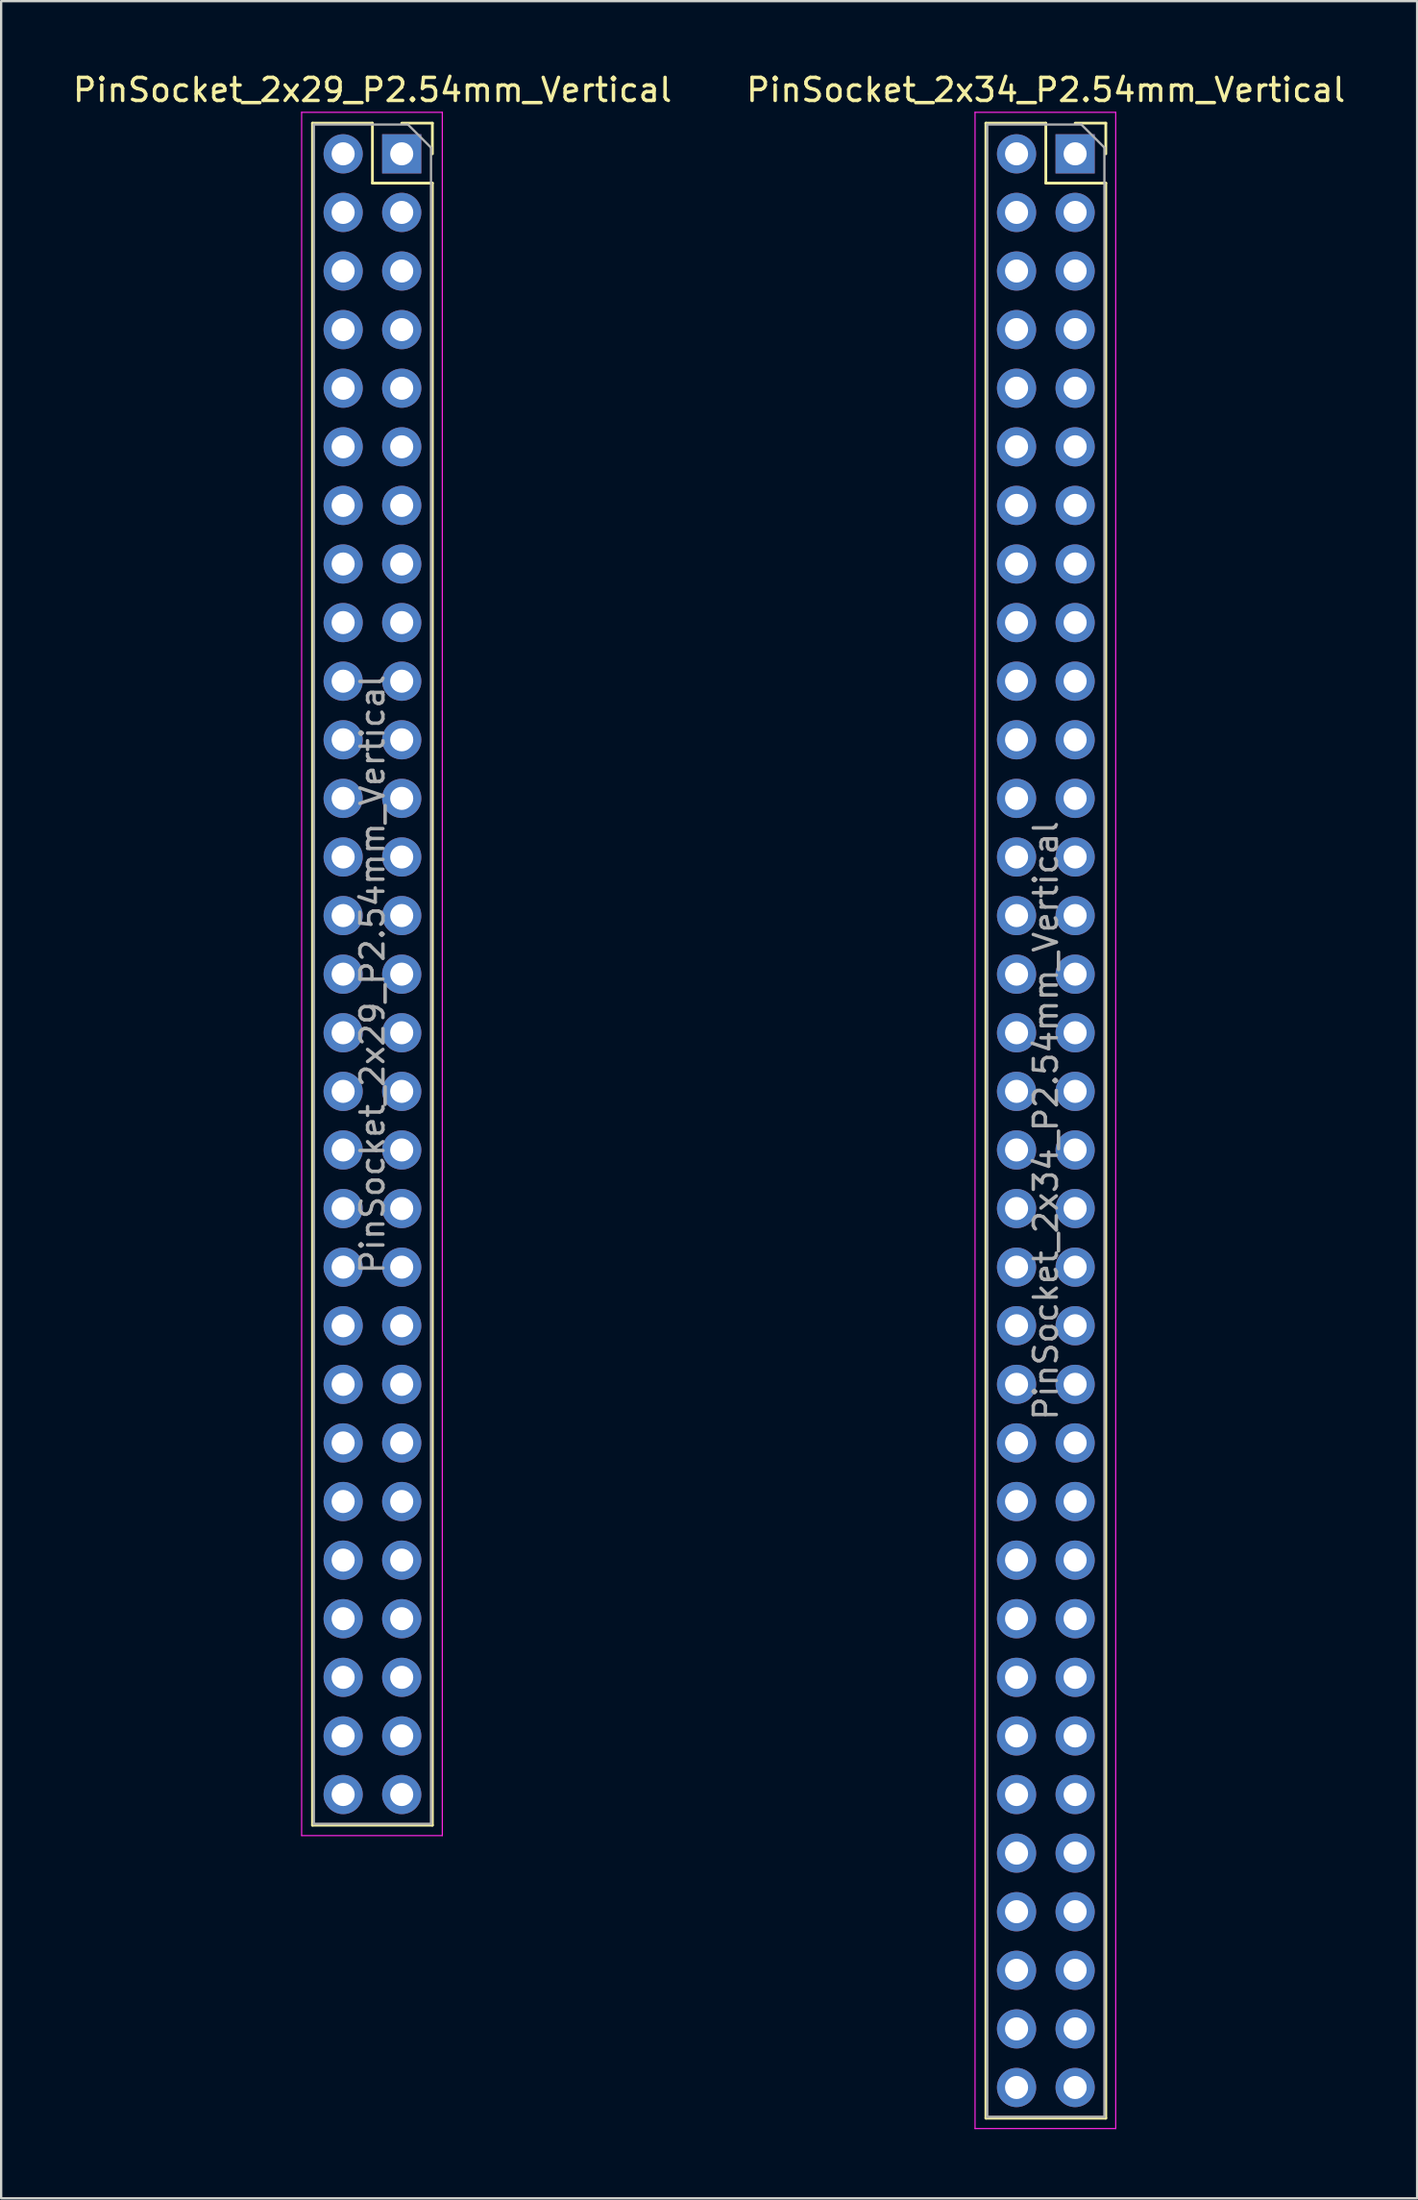
<source format=kicad_pcb>
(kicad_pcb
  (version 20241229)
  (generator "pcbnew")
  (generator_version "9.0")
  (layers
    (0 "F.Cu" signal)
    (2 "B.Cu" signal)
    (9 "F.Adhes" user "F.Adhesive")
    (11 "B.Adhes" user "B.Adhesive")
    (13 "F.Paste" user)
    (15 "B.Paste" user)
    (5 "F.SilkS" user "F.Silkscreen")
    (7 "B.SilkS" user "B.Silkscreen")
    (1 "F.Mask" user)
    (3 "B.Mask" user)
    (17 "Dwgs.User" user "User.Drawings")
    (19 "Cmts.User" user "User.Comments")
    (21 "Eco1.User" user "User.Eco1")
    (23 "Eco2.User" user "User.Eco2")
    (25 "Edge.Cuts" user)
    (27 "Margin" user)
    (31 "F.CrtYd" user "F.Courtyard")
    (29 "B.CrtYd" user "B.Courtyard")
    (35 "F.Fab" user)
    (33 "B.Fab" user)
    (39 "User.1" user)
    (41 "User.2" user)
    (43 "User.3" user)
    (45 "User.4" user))
  (footprint "PinSocket_2x34_P2.54mm_Vertical"
    (layer "F.Cu")
    (at 43.574 3.618)
    (property "Reference" "PinSocket_2x34_P2.54mm_Vertical" (at -1.27 -2.77 0) (layer "F.SilkS") (effects (font (size 1 1) (thickness 0.15))))
    (attr through_hole)
    (fp_line (start -3.87 -1.33) (end -3.87 85.15) (stroke (width 0.12) (type solid)) (layer "F.SilkS"))
    (fp_line (start -3.87 -1.33) (end -1.27 -1.33) (stroke (width 0.12) (type solid)) (layer "F.SilkS"))
    (fp_line (start -3.87 85.15) (end 1.33 85.15) (stroke (width 0.12) (type solid)) (layer "F.SilkS"))
    (fp_line (start -1.27 -1.33) (end -1.27 1.27) (stroke (width 0.12) (type solid)) (layer "F.SilkS"))
    (fp_line (start -1.27 1.27) (end 1.33 1.27) (stroke (width 0.12) (type solid)) (layer "F.SilkS"))
    (fp_line (start 0 -1.33) (end 1.33 -1.33) (stroke (width 0.12) (type solid)) (layer "F.SilkS"))
    (fp_line (start 1.33 -1.33) (end 1.33 0) (stroke (width 0.12) (type solid)) (layer "F.SilkS"))
    (fp_line (start 1.33 1.27) (end 1.33 85.15) (stroke (width 0.12) (type solid)) (layer "F.SilkS"))
    (fp_line (start -4.34 -1.8) (end 1.76 -1.8) (stroke (width 0.05) (type solid)) (layer "F.CrtYd"))
    (fp_line (start -4.34 85.6) (end -4.34 -1.8) (stroke (width 0.05) (type solid)) (layer "F.CrtYd"))
    (fp_line (start 1.76 -1.8) (end 1.76 85.6) (stroke (width 0.05) (type solid)) (layer "F.CrtYd"))
    (fp_line (start 1.76 85.6) (end -4.34 85.6) (stroke (width 0.05) (type solid)) (layer "F.CrtYd"))
    (fp_line (start -3.81 -1.27) (end 0.27 -1.27) (stroke (width 0.1) (type solid)) (layer "F.Fab"))
    (fp_line (start -3.81 85.09) (end -3.81 -1.27) (stroke (width 0.1) (type solid)) (layer "F.Fab"))
    (fp_line (start 0.27 -1.27) (end 1.27 -0.27) (stroke (width 0.1) (type solid)) (layer "F.Fab"))
    (fp_line (start 1.27 -0.27) (end 1.27 85.09) (stroke (width 0.1) (type solid)) (layer "F.Fab"))
    (fp_line (start 1.27 85.09) (end -3.81 85.09) (stroke (width 0.1) (type solid)) (layer "F.Fab"))
    (fp_text user "${REFERENCE}" (at -1.27 41.91 90) (layer "F.Fab") (effects (font (size 1 1) (thickness 0.15))))
    (pad "1" thru_hole rect (at 0 0) (size 1.7 1.7) (drill 1) (layers "*.Cu" "*.Mask"))
    (pad "2" thru_hole oval (at -2.54 0) (size 1.7 1.7) (drill 1) (layers "*.Cu" "*.Mask"))
    (pad "3" thru_hole oval (at 0 2.54) (size 1.7 1.7) (drill 1) (layers "*.Cu" "*.Mask"))
    (pad "4" thru_hole oval (at -2.54 2.54) (size 1.7 1.7) (drill 1) (layers "*.Cu" "*.Mask"))
    (pad "5" thru_hole oval (at 0 5.08) (size 1.7 1.7) (drill 1) (layers "*.Cu" "*.Mask"))
    (pad "6" thru_hole oval (at -2.54 5.08) (size 1.7 1.7) (drill 1) (layers "*.Cu" "*.Mask"))
    (pad "7" thru_hole oval (at 0 7.62) (size 1.7 1.7) (drill 1) (layers "*.Cu" "*.Mask"))
    (pad "8" thru_hole oval (at -2.54 7.62) (size 1.7 1.7) (drill 1) (layers "*.Cu" "*.Mask"))
    (pad "9" thru_hole oval (at 0 10.16) (size 1.7 1.7) (drill 1) (layers "*.Cu" "*.Mask"))
    (pad "10" thru_hole oval (at -2.54 10.16) (size 1.7 1.7) (drill 1) (layers "*.Cu" "*.Mask"))
    (pad "11" thru_hole oval (at 0 12.7) (size 1.7 1.7) (drill 1) (layers "*.Cu" "*.Mask"))
    (pad "12" thru_hole oval (at -2.54 12.7) (size 1.7 1.7) (drill 1) (layers "*.Cu" "*.Mask"))
    (pad "13" thru_hole oval (at 0 15.24) (size 1.7 1.7) (drill 1) (layers "*.Cu" "*.Mask"))
    (pad "14" thru_hole oval (at -2.54 15.24) (size 1.7 1.7) (drill 1) (layers "*.Cu" "*.Mask"))
    (pad "15" thru_hole oval (at 0 17.78) (size 1.7 1.7) (drill 1) (layers "*.Cu" "*.Mask"))
    (pad "16" thru_hole oval (at -2.54 17.78) (size 1.7 1.7) (drill 1) (layers "*.Cu" "*.Mask"))
    (pad "17" thru_hole oval (at 0 20.32) (size 1.7 1.7) (drill 1) (layers "*.Cu" "*.Mask"))
    (pad "18" thru_hole oval (at -2.54 20.32) (size 1.7 1.7) (drill 1) (layers "*.Cu" "*.Mask"))
    (pad "19" thru_hole oval (at 0 22.86) (size 1.7 1.7) (drill 1) (layers "*.Cu" "*.Mask"))
    (pad "20" thru_hole oval (at -2.54 22.86) (size 1.7 1.7) (drill 1) (layers "*.Cu" "*.Mask"))
    (pad "21" thru_hole oval (at 0 25.4) (size 1.7 1.7) (drill 1) (layers "*.Cu" "*.Mask"))
    (pad "22" thru_hole oval (at -2.54 25.4) (size 1.7 1.7) (drill 1) (layers "*.Cu" "*.Mask"))
    (pad "23" thru_hole oval (at 0 27.94) (size 1.7 1.7) (drill 1) (layers "*.Cu" "*.Mask"))
    (pad "24" thru_hole oval (at -2.54 27.94) (size 1.7 1.7) (drill 1) (layers "*.Cu" "*.Mask"))
    (pad "25" thru_hole oval (at 0 30.48) (size 1.7 1.7) (drill 1) (layers "*.Cu" "*.Mask"))
    (pad "26" thru_hole oval (at -2.54 30.48) (size 1.7 1.7) (drill 1) (layers "*.Cu" "*.Mask"))
    (pad "27" thru_hole oval (at 0 33.02) (size 1.7 1.7) (drill 1) (layers "*.Cu" "*.Mask"))
    (pad "28" thru_hole oval (at -2.54 33.02) (size 1.7 1.7) (drill 1) (layers "*.Cu" "*.Mask"))
    (pad "29" thru_hole oval (at 0 35.56) (size 1.7 1.7) (drill 1) (layers "*.Cu" "*.Mask"))
    (pad "30" thru_hole oval (at -2.54 35.56) (size 1.7 1.7) (drill 1) (layers "*.Cu" "*.Mask"))
    (pad "31" thru_hole oval (at 0 38.1) (size 1.7 1.7) (drill 1) (layers "*.Cu" "*.Mask"))
    (pad "32" thru_hole oval (at -2.54 38.1) (size 1.7 1.7) (drill 1) (layers "*.Cu" "*.Mask"))
    (pad "33" thru_hole oval (at 0 40.64) (size 1.7 1.7) (drill 1) (layers "*.Cu" "*.Mask"))
    (pad "34" thru_hole oval (at -2.54 40.64) (size 1.7 1.7) (drill 1) (layers "*.Cu" "*.Mask"))
    (pad "35" thru_hole oval (at 0 43.18) (size 1.7 1.7) (drill 1) (layers "*.Cu" "*.Mask"))
    (pad "36" thru_hole oval (at -2.54 43.18) (size 1.7 1.7) (drill 1) (layers "*.Cu" "*.Mask"))
    (pad "37" thru_hole oval (at 0 45.72) (size 1.7 1.7) (drill 1) (layers "*.Cu" "*.Mask"))
    (pad "38" thru_hole oval (at -2.54 45.72) (size 1.7 1.7) (drill 1) (layers "*.Cu" "*.Mask"))
    (pad "39" thru_hole oval (at 0 48.26) (size 1.7 1.7) (drill 1) (layers "*.Cu" "*.Mask"))
    (pad "40" thru_hole oval (at -2.54 48.26) (size 1.7 1.7) (drill 1) (layers "*.Cu" "*.Mask"))
    (pad "41" thru_hole oval (at 0 50.8) (size 1.7 1.7) (drill 1) (layers "*.Cu" "*.Mask"))
    (pad "42" thru_hole oval (at -2.54 50.8) (size 1.7 1.7) (drill 1) (layers "*.Cu" "*.Mask"))
    (pad "43" thru_hole oval (at 0 53.34) (size 1.7 1.7) (drill 1) (layers "*.Cu" "*.Mask"))
    (pad "44" thru_hole oval (at -2.54 53.34) (size 1.7 1.7) (drill 1) (layers "*.Cu" "*.Mask"))
    (pad "45" thru_hole oval (at 0 55.88) (size 1.7 1.7) (drill 1) (layers "*.Cu" "*.Mask"))
    (pad "46" thru_hole oval (at -2.54 55.88) (size 1.7 1.7) (drill 1) (layers "*.Cu" "*.Mask"))
    (pad "47" thru_hole oval (at 0 58.42) (size 1.7 1.7) (drill 1) (layers "*.Cu" "*.Mask"))
    (pad "48" thru_hole oval (at -2.54 58.42) (size 1.7 1.7) (drill 1) (layers "*.Cu" "*.Mask"))
    (pad "49" thru_hole oval (at 0 60.96) (size 1.7 1.7) (drill 1) (layers "*.Cu" "*.Mask"))
    (pad "50" thru_hole oval (at -2.54 60.96) (size 1.7 1.7) (drill 1) (layers "*.Cu" "*.Mask"))
    (pad "51" thru_hole oval (at 0 63.5) (size 1.7 1.7) (drill 1) (layers "*.Cu" "*.Mask"))
    (pad "52" thru_hole oval (at -2.54 63.5) (size 1.7 1.7) (drill 1) (layers "*.Cu" "*.Mask"))
    (pad "53" thru_hole oval (at 0 66.04) (size 1.7 1.7) (drill 1) (layers "*.Cu" "*.Mask"))
    (pad "54" thru_hole oval (at -2.54 66.04) (size 1.7 1.7) (drill 1) (layers "*.Cu" "*.Mask"))
    (pad "55" thru_hole oval (at 0 68.58) (size 1.7 1.7) (drill 1) (layers "*.Cu" "*.Mask"))
    (pad "56" thru_hole oval (at -2.54 68.58) (size 1.7 1.7) (drill 1) (layers "*.Cu" "*.Mask"))
    (pad "57" thru_hole oval (at 0 71.12) (size 1.7 1.7) (drill 1) (layers "*.Cu" "*.Mask"))
    (pad "58" thru_hole oval (at -2.54 71.12) (size 1.7 1.7) (drill 1) (layers "*.Cu" "*.Mask"))
    (pad "59" thru_hole oval (at 0 73.66) (size 1.7 1.7) (drill 1) (layers "*.Cu" "*.Mask"))
    (pad "60" thru_hole oval (at -2.54 73.66) (size 1.7 1.7) (drill 1) (layers "*.Cu" "*.Mask"))
    (pad "61" thru_hole oval (at 0 76.2) (size 1.7 1.7) (drill 1) (layers "*.Cu" "*.Mask"))
    (pad "62" thru_hole oval (at -2.54 76.2) (size 1.7 1.7) (drill 1) (layers "*.Cu" "*.Mask"))
    (pad "63" thru_hole oval (at 0 78.74) (size 1.7 1.7) (drill 1) (layers "*.Cu" "*.Mask"))
    (pad "64" thru_hole oval (at -2.54 78.74) (size 1.7 1.7) (drill 1) (layers "*.Cu" "*.Mask"))
    (pad "65" thru_hole oval (at 0 81.28) (size 1.7 1.7) (drill 1) (layers "*.Cu" "*.Mask"))
    (pad "66" thru_hole oval (at -2.54 81.28) (size 1.7 1.7) (drill 1) (layers "*.Cu" "*.Mask"))
    (pad "67" thru_hole oval (at 0 83.82) (size 1.7 1.7) (drill 1) (layers "*.Cu" "*.Mask"))
    (pad "68" thru_hole oval (at -2.54 83.82) (size 1.7 1.7) (drill 1) (layers "*.Cu" "*.Mask")))
  (footprint "PinSocket_2x29_P2.54mm_Vertical"
    (layer "F.Cu")
    (at 14.371 3.618)
    (property "Reference" "PinSocket_2x29_P2.54mm_Vertical" (at -1.27 -2.77 0) (layer "F.SilkS") (effects (font (size 1 1) (thickness 0.15))))
    (attr through_hole)
    (fp_line (start -3.87 -1.33) (end -3.87 72.45) (stroke (width 0.12) (type solid)) (layer "F.SilkS"))
    (fp_line (start -3.87 -1.33) (end -1.27 -1.33) (stroke (width 0.12) (type solid)) (layer "F.SilkS"))
    (fp_line (start -3.87 72.45) (end 1.33 72.45) (stroke (width 0.12) (type solid)) (layer "F.SilkS"))
    (fp_line (start -1.27 -1.33) (end -1.27 1.27) (stroke (width 0.12) (type solid)) (layer "F.SilkS"))
    (fp_line (start -1.27 1.27) (end 1.33 1.27) (stroke (width 0.12) (type solid)) (layer "F.SilkS"))
    (fp_line (start 0 -1.33) (end 1.33 -1.33) (stroke (width 0.12) (type solid)) (layer "F.SilkS"))
    (fp_line (start 1.33 -1.33) (end 1.33 0) (stroke (width 0.12) (type solid)) (layer "F.SilkS"))
    (fp_line (start 1.33 1.27) (end 1.33 72.45) (stroke (width 0.12) (type solid)) (layer "F.SilkS"))
    (fp_line (start -4.34 -1.8) (end 1.76 -1.8) (stroke (width 0.05) (type solid)) (layer "F.CrtYd"))
    (fp_line (start -4.34 72.9) (end -4.34 -1.8) (stroke (width 0.05) (type solid)) (layer "F.CrtYd"))
    (fp_line (start 1.76 -1.8) (end 1.76 72.9) (stroke (width 0.05) (type solid)) (layer "F.CrtYd"))
    (fp_line (start 1.76 72.9) (end -4.34 72.9) (stroke (width 0.05) (type solid)) (layer "F.CrtYd"))
    (fp_line (start -3.81 -1.27) (end 0.27 -1.27) (stroke (width 0.1) (type solid)) (layer "F.Fab"))
    (fp_line (start -3.81 72.39) (end -3.81 -1.27) (stroke (width 0.1) (type solid)) (layer "F.Fab"))
    (fp_line (start 0.27 -1.27) (end 1.27 -0.27) (stroke (width 0.1) (type solid)) (layer "F.Fab"))
    (fp_line (start 1.27 -0.27) (end 1.27 72.39) (stroke (width 0.1) (type solid)) (layer "F.Fab"))
    (fp_line (start 1.27 72.39) (end -3.81 72.39) (stroke (width 0.1) (type solid)) (layer "F.Fab"))
    (fp_text user "${REFERENCE}" (at -1.27 35.56 90) (layer "F.Fab") (effects (font (size 1 1) (thickness 0.15))))
    (pad "1" thru_hole rect (at 0 0) (size 1.7 1.7) (drill 1) (layers "*.Cu" "*.Mask"))
    (pad "2" thru_hole oval (at -2.54 0) (size 1.7 1.7) (drill 1) (layers "*.Cu" "*.Mask"))
    (pad "3" thru_hole oval (at 0 2.54) (size 1.7 1.7) (drill 1) (layers "*.Cu" "*.Mask"))
    (pad "4" thru_hole oval (at -2.54 2.54) (size 1.7 1.7) (drill 1) (layers "*.Cu" "*.Mask"))
    (pad "5" thru_hole oval (at 0 5.08) (size 1.7 1.7) (drill 1) (layers "*.Cu" "*.Mask"))
    (pad "6" thru_hole oval (at -2.54 5.08) (size 1.7 1.7) (drill 1) (layers "*.Cu" "*.Mask"))
    (pad "7" thru_hole oval (at 0 7.62) (size 1.7 1.7) (drill 1) (layers "*.Cu" "*.Mask"))
    (pad "8" thru_hole oval (at -2.54 7.62) (size 1.7 1.7) (drill 1) (layers "*.Cu" "*.Mask"))
    (pad "9" thru_hole oval (at 0 10.16) (size 1.7 1.7) (drill 1) (layers "*.Cu" "*.Mask"))
    (pad "10" thru_hole oval (at -2.54 10.16) (size 1.7 1.7) (drill 1) (layers "*.Cu" "*.Mask"))
    (pad "11" thru_hole oval (at 0 12.7) (size 1.7 1.7) (drill 1) (layers "*.Cu" "*.Mask"))
    (pad "12" thru_hole oval (at -2.54 12.7) (size 1.7 1.7) (drill 1) (layers "*.Cu" "*.Mask"))
    (pad "13" thru_hole oval (at 0 15.24) (size 1.7 1.7) (drill 1) (layers "*.Cu" "*.Mask"))
    (pad "14" thru_hole oval (at -2.54 15.24) (size 1.7 1.7) (drill 1) (layers "*.Cu" "*.Mask"))
    (pad "15" thru_hole oval (at 0 17.78) (size 1.7 1.7) (drill 1) (layers "*.Cu" "*.Mask"))
    (pad "16" thru_hole oval (at -2.54 17.78) (size 1.7 1.7) (drill 1) (layers "*.Cu" "*.Mask"))
    (pad "17" thru_hole oval (at 0 20.32) (size 1.7 1.7) (drill 1) (layers "*.Cu" "*.Mask"))
    (pad "18" thru_hole oval (at -2.54 20.32) (size 1.7 1.7) (drill 1) (layers "*.Cu" "*.Mask"))
    (pad "19" thru_hole oval (at 0 22.86) (size 1.7 1.7) (drill 1) (layers "*.Cu" "*.Mask"))
    (pad "20" thru_hole oval (at -2.54 22.86) (size 1.7 1.7) (drill 1) (layers "*.Cu" "*.Mask"))
    (pad "21" thru_hole oval (at 0 25.4) (size 1.7 1.7) (drill 1) (layers "*.Cu" "*.Mask"))
    (pad "22" thru_hole oval (at -2.54 25.4) (size 1.7 1.7) (drill 1) (layers "*.Cu" "*.Mask"))
    (pad "23" thru_hole oval (at 0 27.94) (size 1.7 1.7) (drill 1) (layers "*.Cu" "*.Mask"))
    (pad "24" thru_hole oval (at -2.54 27.94) (size 1.7 1.7) (drill 1) (layers "*.Cu" "*.Mask"))
    (pad "25" thru_hole oval (at 0 30.48) (size 1.7 1.7) (drill 1) (layers "*.Cu" "*.Mask"))
    (pad "26" thru_hole oval (at -2.54 30.48) (size 1.7 1.7) (drill 1) (layers "*.Cu" "*.Mask"))
    (pad "27" thru_hole oval (at 0 33.02) (size 1.7 1.7) (drill 1) (layers "*.Cu" "*.Mask"))
    (pad "28" thru_hole oval (at -2.54 33.02) (size 1.7 1.7) (drill 1) (layers "*.Cu" "*.Mask"))
    (pad "29" thru_hole oval (at 0 35.56) (size 1.7 1.7) (drill 1) (layers "*.Cu" "*.Mask"))
    (pad "30" thru_hole oval (at -2.54 35.56) (size 1.7 1.7) (drill 1) (layers "*.Cu" "*.Mask"))
    (pad "31" thru_hole oval (at 0 38.1) (size 1.7 1.7) (drill 1) (layers "*.Cu" "*.Mask"))
    (pad "32" thru_hole oval (at -2.54 38.1) (size 1.7 1.7) (drill 1) (layers "*.Cu" "*.Mask"))
    (pad "33" thru_hole oval (at 0 40.64) (size 1.7 1.7) (drill 1) (layers "*.Cu" "*.Mask"))
    (pad "34" thru_hole oval (at -2.54 40.64) (size 1.7 1.7) (drill 1) (layers "*.Cu" "*.Mask"))
    (pad "35" thru_hole oval (at 0 43.18) (size 1.7 1.7) (drill 1) (layers "*.Cu" "*.Mask"))
    (pad "36" thru_hole oval (at -2.54 43.18) (size 1.7 1.7) (drill 1) (layers "*.Cu" "*.Mask"))
    (pad "37" thru_hole oval (at 0 45.72) (size 1.7 1.7) (drill 1) (layers "*.Cu" "*.Mask"))
    (pad "38" thru_hole oval (at -2.54 45.72) (size 1.7 1.7) (drill 1) (layers "*.Cu" "*.Mask"))
    (pad "39" thru_hole oval (at 0 48.26) (size 1.7 1.7) (drill 1) (layers "*.Cu" "*.Mask"))
    (pad "40" thru_hole oval (at -2.54 48.26) (size 1.7 1.7) (drill 1) (layers "*.Cu" "*.Mask"))
    (pad "41" thru_hole oval (at 0 50.8) (size 1.7 1.7) (drill 1) (layers "*.Cu" "*.Mask"))
    (pad "42" thru_hole oval (at -2.54 50.8) (size 1.7 1.7) (drill 1) (layers "*.Cu" "*.Mask"))
    (pad "43" thru_hole oval (at 0 53.34) (size 1.7 1.7) (drill 1) (layers "*.Cu" "*.Mask"))
    (pad "44" thru_hole oval (at -2.54 53.34) (size 1.7 1.7) (drill 1) (layers "*.Cu" "*.Mask"))
    (pad "45" thru_hole oval (at 0 55.88) (size 1.7 1.7) (drill 1) (layers "*.Cu" "*.Mask"))
    (pad "46" thru_hole oval (at -2.54 55.88) (size 1.7 1.7) (drill 1) (layers "*.Cu" "*.Mask"))
    (pad "47" thru_hole oval (at 0 58.42) (size 1.7 1.7) (drill 1) (layers "*.Cu" "*.Mask"))
    (pad "48" thru_hole oval (at -2.54 58.42) (size 1.7 1.7) (drill 1) (layers "*.Cu" "*.Mask"))
    (pad "49" thru_hole oval (at 0 60.96) (size 1.7 1.7) (drill 1) (layers "*.Cu" "*.Mask"))
    (pad "50" thru_hole oval (at -2.54 60.96) (size 1.7 1.7) (drill 1) (layers "*.Cu" "*.Mask"))
    (pad "51" thru_hole oval (at 0 63.5) (size 1.7 1.7) (drill 1) (layers "*.Cu" "*.Mask"))
    (pad "52" thru_hole oval (at -2.54 63.5) (size 1.7 1.7) (drill 1) (layers "*.Cu" "*.Mask"))
    (pad "53" thru_hole oval (at 0 66.04) (size 1.7 1.7) (drill 1) (layers "*.Cu" "*.Mask"))
    (pad "54" thru_hole oval (at -2.54 66.04) (size 1.7 1.7) (drill 1) (layers "*.Cu" "*.Mask"))
    (pad "55" thru_hole oval (at 0 68.58) (size 1.7 1.7) (drill 1) (layers "*.Cu" "*.Mask"))
    (pad "56" thru_hole oval (at -2.54 68.58) (size 1.7 1.7) (drill 1) (layers "*.Cu" "*.Mask"))
    (pad "57" thru_hole oval (at 0 71.12) (size 1.7 1.7) (drill 1) (layers "*.Cu" "*.Mask"))
    (pad "58" thru_hole oval (at -2.54 71.12) (size 1.7 1.7) (drill 1) (layers "*.Cu" "*.Mask")))
  (gr_rect
    (start -3 -3)
    (end 58.405 92.243)
    (stroke (width 0.1) (type default))
    (fill no)
    (layer "Edge.Cuts")))
</source>
